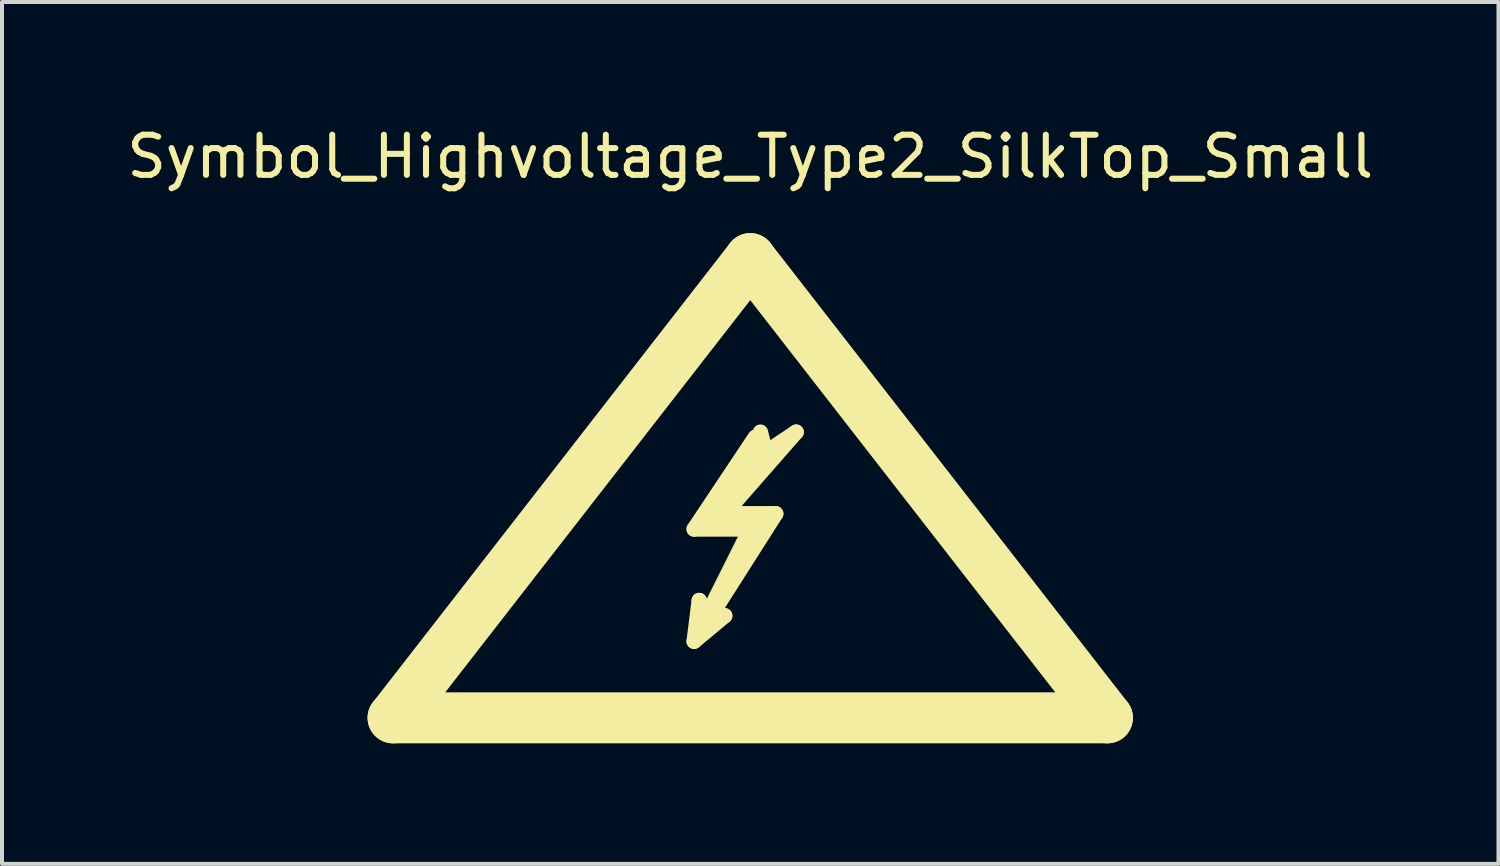
<source format=kicad_pcb>
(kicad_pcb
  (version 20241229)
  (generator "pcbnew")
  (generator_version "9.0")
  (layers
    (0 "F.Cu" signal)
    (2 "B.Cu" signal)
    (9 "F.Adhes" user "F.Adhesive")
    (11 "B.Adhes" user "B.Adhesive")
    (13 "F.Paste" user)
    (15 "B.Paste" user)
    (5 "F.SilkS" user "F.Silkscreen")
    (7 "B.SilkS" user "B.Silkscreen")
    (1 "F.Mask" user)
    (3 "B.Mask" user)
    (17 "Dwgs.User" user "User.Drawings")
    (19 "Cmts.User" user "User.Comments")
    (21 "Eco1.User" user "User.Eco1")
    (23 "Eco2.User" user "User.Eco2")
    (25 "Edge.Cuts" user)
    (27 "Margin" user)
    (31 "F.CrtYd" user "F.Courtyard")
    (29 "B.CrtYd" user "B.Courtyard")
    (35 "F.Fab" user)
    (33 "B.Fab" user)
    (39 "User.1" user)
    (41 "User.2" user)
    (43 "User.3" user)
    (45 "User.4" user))
  (footprint "Symbol_Highvoltage_Type2_SilkTop_Small"
    (layer "F.Cu")
    (at 15.625 11.008)
    (property "Reference" "Symbol_Highvoltage_Type2_SilkTop_Small" (at 0 -10.16 0) (layer "F.SilkS") (effects (font (size 1 1) (thickness 0.15))))
    (attr through_hole)
    (fp_line (start -8.89 3.81) (end 0 -7.62) (stroke (width 1.27) (type solid)) (layer "F.SilkS"))
    (fp_line (start -1.397 -0.889) (end 0 -0.889) (stroke (width 0.381) (type solid)) (layer "F.SilkS"))
    (fp_line (start -1.397 1.905) (end -0.635 1.27) (stroke (width 0.381) (type solid)) (layer "F.SilkS"))
    (fp_line (start -1.27 0.889) (end -1.397 1.905) (stroke (width 0.381) (type solid)) (layer "F.SilkS"))
    (fp_line (start -1.143 1.397) (end -1.27 0.889) (stroke (width 0.381) (type solid)) (layer "F.SilkS"))
    (fp_line (start -1.143 1.524) (end 0.635 -1.27) (stroke (width 0.381) (type solid)) (layer "F.SilkS"))
    (fp_line (start -1.016 -1.016) (end 0.254 -1.016) (stroke (width 0.381) (type solid)) (layer "F.SilkS"))
    (fp_line (start -0.635 -1.27) (end 1.143 -3.302) (stroke (width 0.381) (type solid)) (layer "F.SilkS"))
    (fp_line (start -0.635 1.27) (end -1.143 1.524) (stroke (width 0.381) (type solid)) (layer "F.SilkS"))
    (fp_line (start 0 -7.62) (end 8.89 3.81) (stroke (width 1.27) (type solid)) (layer "F.SilkS"))
    (fp_line (start 0 -0.889) (end -1.143 1.397) (stroke (width 0.381) (type solid)) (layer "F.SilkS"))
    (fp_line (start 0.127 -3.175) (end -1.397 -0.889) (stroke (width 0.381) (type solid)) (layer "F.SilkS"))
    (fp_line (start 0.381 -2.921) (end -1.016 -1.016) (stroke (width 0.381) (type solid)) (layer "F.SilkS"))
    (fp_line (start 0.381 -2.794) (end 0.254 -3.302) (stroke (width 0.381) (type solid)) (layer "F.SilkS"))
    (fp_line (start 0.635 -1.27) (end -0.635 -1.27) (stroke (width 0.381) (type solid)) (layer "F.SilkS"))
    (fp_line (start 1.143 -3.302) (end 0.381 -2.794) (stroke (width 0.381) (type solid)) (layer "F.SilkS"))
    (fp_line (start 8.89 3.81) (end -8.89 3.81) (stroke (width 1.27) (type solid)) (layer "F.SilkS")))
  (gr_rect
    (start -3 -3)
    (end 34.25 18.453)
    (stroke (width 0.1) (type default))
    (fill no)
    (layer "Edge.Cuts")))
</source>
